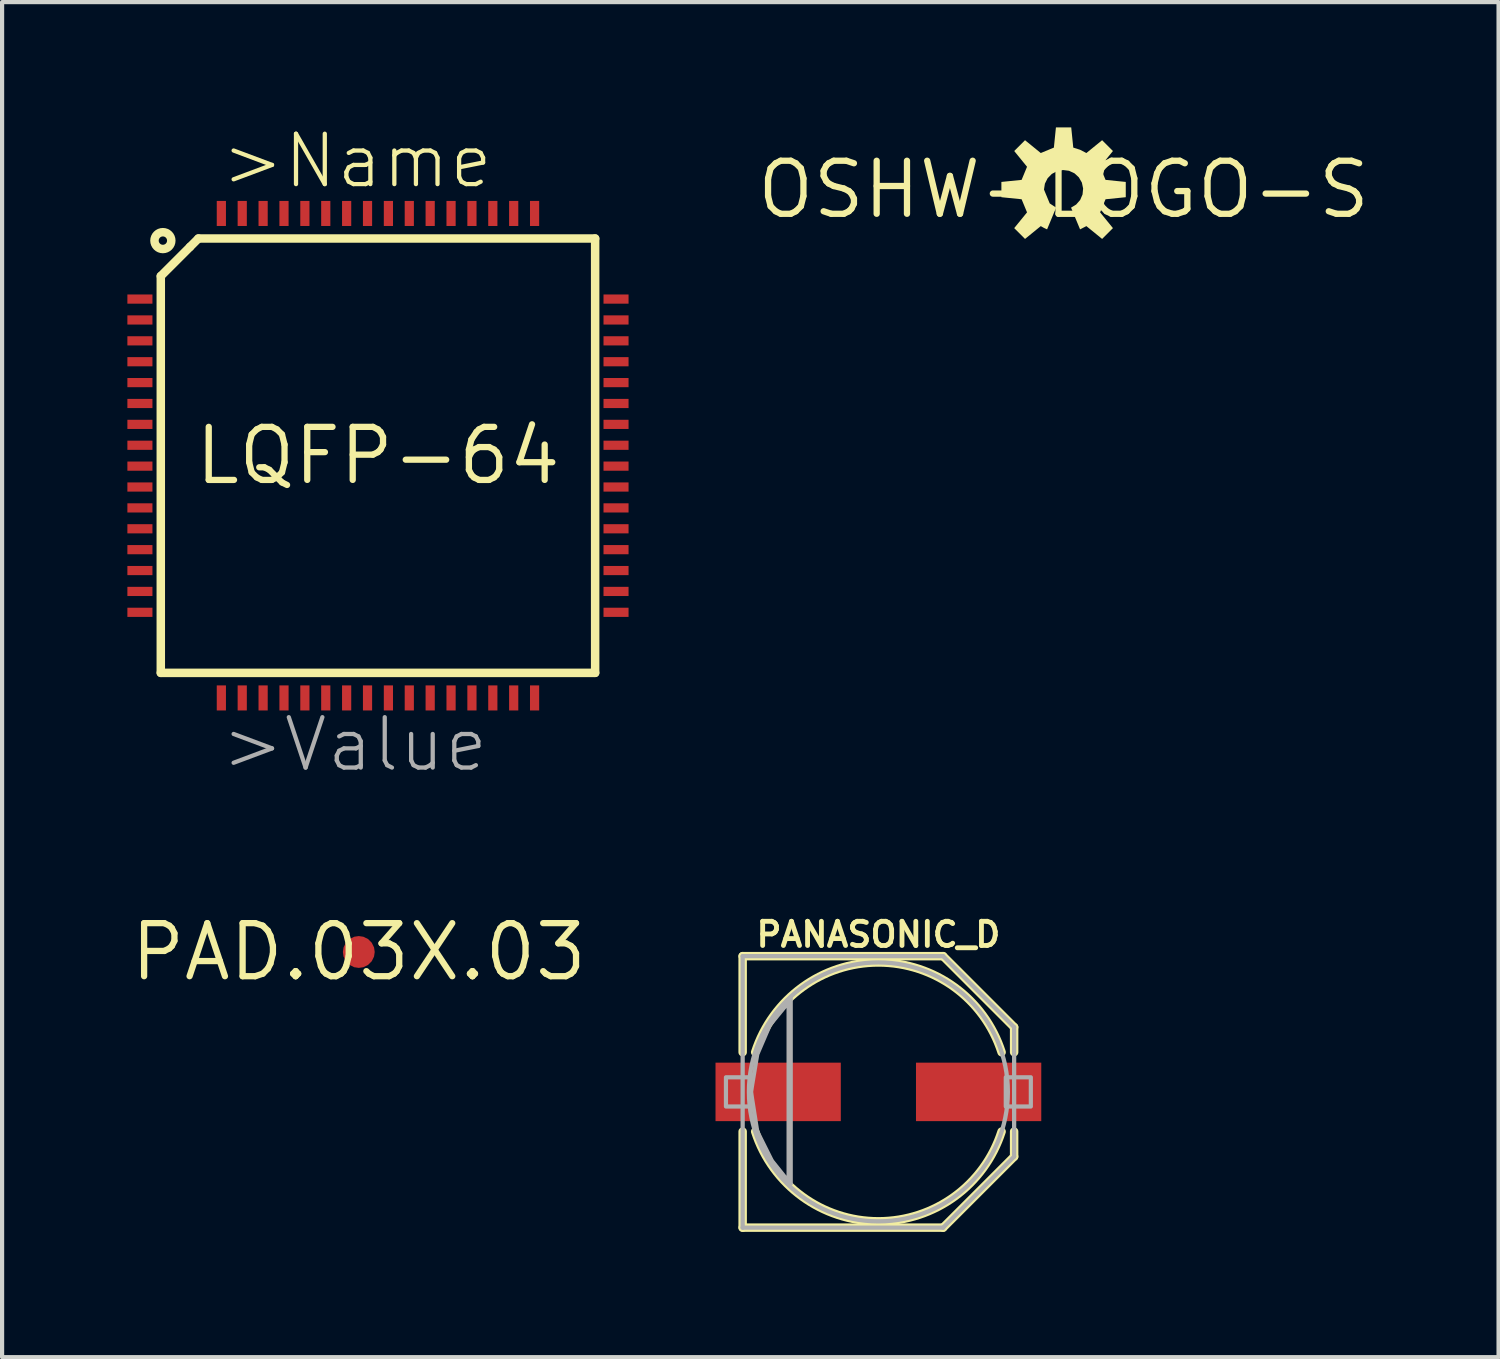
<source format=kicad_pcb>
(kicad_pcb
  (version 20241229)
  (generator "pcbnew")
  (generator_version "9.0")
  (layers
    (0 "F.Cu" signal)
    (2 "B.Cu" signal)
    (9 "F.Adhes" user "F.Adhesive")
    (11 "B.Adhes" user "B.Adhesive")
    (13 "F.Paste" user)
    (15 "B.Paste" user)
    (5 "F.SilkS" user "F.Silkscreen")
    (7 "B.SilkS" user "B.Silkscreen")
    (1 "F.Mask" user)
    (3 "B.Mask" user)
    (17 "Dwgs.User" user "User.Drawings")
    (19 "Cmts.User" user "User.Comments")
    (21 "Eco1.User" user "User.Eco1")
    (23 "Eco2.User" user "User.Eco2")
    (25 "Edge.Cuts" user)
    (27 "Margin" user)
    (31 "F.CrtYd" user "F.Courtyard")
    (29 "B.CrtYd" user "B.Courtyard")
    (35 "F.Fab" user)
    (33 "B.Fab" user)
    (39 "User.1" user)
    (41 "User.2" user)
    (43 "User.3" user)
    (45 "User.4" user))
  (footprint "PANASONIC_D"
    (layer "F.Cu")
    (at 17.982 23.094)
    (property "Reference" "PANASONIC_D" (at 0 -3.429 0) (layer "F.SilkS") (effects (font (size 0.579 0.579) (thickness 0.116)) (justify bottom)))
    (attr through_hole)
    (fp_line (start -3.25 -3.25) (end 1.55 -3.25) (stroke (width 0.203) (type solid)) (layer "F.SilkS"))
    (fp_line (start -3.25 -0.95) (end -3.25 -3.25) (stroke (width 0.203) (type solid)) (layer "F.SilkS"))
    (fp_line (start -3.25 3.25) (end -3.25 0.95) (stroke (width 0.203) (type solid)) (layer "F.SilkS"))
    (fp_line (start 1.55 -3.25) (end 3.25 -1.55) (stroke (width 0.203) (type solid)) (layer "F.SilkS"))
    (fp_line (start 1.55 3.25) (end -3.25 3.25) (stroke (width 0.203) (type solid)) (layer "F.SilkS"))
    (fp_line (start 3.25 -1.55) (end 3.25 -0.95) (stroke (width 0.203) (type solid)) (layer "F.SilkS"))
    (fp_line (start 3.25 0.95) (end 3.25 1.55) (stroke (width 0.203) (type solid)) (layer "F.SilkS"))
    (fp_line (start 3.25 1.55) (end 1.55 3.25) (stroke (width 0.203) (type solid)) (layer "F.SilkS"))
    (fp_arc (start -2.95 -0.95) (mid 0 -3.099193) (end 2.95 -0.95) (stroke (width 0.2032) (type solid)) (layer "F.SilkS"))
    (fp_arc (start 2.95 0.95) (mid 0 3.099193) (end -2.95 0.95) (stroke (width 0.2032) (type solid)) (layer "F.SilkS"))
    (fp_line (start -3.25 -3.25) (end 1.55 -3.25) (stroke (width 0.102) (type solid)) (layer "F.Fab"))
    (fp_line (start -3.25 3.25) (end -3.25 -3.25) (stroke (width 0.102) (type solid)) (layer "F.Fab"))
    (fp_line (start -2.1 -2.25) (end -2.1 2.2) (stroke (width 0.102) (type solid)) (layer "F.Fab"))
    (fp_line (start 1.55 -3.25) (end 3.25 -1.55) (stroke (width 0.102) (type solid)) (layer "F.Fab"))
    (fp_line (start 1.55 3.25) (end -3.25 3.25) (stroke (width 0.102) (type solid)) (layer "F.Fab"))
    (fp_line (start 3.25 -1.55) (end 3.25 1.55) (stroke (width 0.102) (type solid)) (layer "F.Fab"))
    (fp_line (start 3.25 1.55) (end 1.55 3.25) (stroke (width 0.102) (type solid)) (layer "F.Fab"))
    (fp_circle (center 0 0) (end 3.1 0) (stroke (width 0.102) (type solid)) (fill no) (layer "F.Fab"))
    (fp_poly (pts (xy -3.65 0.35) (xy -3.05 0.35) (xy -3.05 -0.35) (xy -3.65 -0.35)) (stroke (width 0.1) (type solid)) (fill no) (layer "F.Fab"))
    (fp_poly (pts (xy 3.05 0.35) (xy 3.65 0.35) (xy 3.65 -0.35) (xy 3.05 -0.35)) (stroke (width 0.1) (type solid)) (fill no) (layer "F.Fab"))
    (fp_poly (pts (xy -2.15 -2.15) (xy -2.6 -1.6) (xy -2.9 -0.9) (xy -3.05 0) (xy -2.9 0.95) (xy -2.55 1.65) (xy -2.15 2.15) (xy -2.15 -2.1)) (stroke (width 0.1) (type solid)) (fill no) (layer "F.Fab"))
    (pad "+" smd rect (at 2.4 0) (size 3 1.4) (layers "F.Cu" "F.Mask" "F.Paste"))
    (pad "-" smd rect (at -2.4 0) (size 3 1.4) (layers "F.Cu" "F.Mask" "F.Paste")))
  (footprint "PAD.03X.03"
    (layer "F.Cu")
    (at 5.541 19.744)
    (property "Reference" "PAD.03X.03" (at 0 0 0) (layer "F.SilkS") (effects (font (size 1.27 1.27) (thickness 0.15))))
    (attr through_hole)
    (pad "P$1" smd roundrect (at 0 0) (size 0.762 0.762) (layers "F.Cu" "F.Mask") (roundrect_rratio 0.5)))
  (footprint "LQFP-64"
    (layer "F.Cu")
    (at 6 7.861)
    (property "Reference" "LQFP-64" (at 0 0 0) (layer "F.SilkS") (effects (font (size 1.27 1.27) (thickness 0.15))))
    (attr through_hole)
    (fp_line (start -5.2 -4.3) (end -4.5 -5) (stroke (width 0.203) (type solid)) (layer "F.SilkS"))
    (fp_line (start -5.2 5.2) (end -5.2 -4.3) (stroke (width 0.203) (type solid)) (layer "F.SilkS"))
    (fp_line (start -4.5 -5) (end -4.3 -5.2) (stroke (width 0.203) (type solid)) (layer "F.SilkS"))
    (fp_line (start -4.3 -5.2) (end 5.2 -5.2) (stroke (width 0.203) (type solid)) (layer "F.SilkS"))
    (fp_line (start 5.2 -5.2) (end 5.2 5.2) (stroke (width 0.203) (type solid)) (layer "F.SilkS"))
    (fp_line (start 5.2 5.2) (end -5.2 5.2) (stroke (width 0.203) (type solid)) (layer "F.SilkS"))
    (fp_circle (center -5.15 -5.15) (end -5.05 -5.15) (stroke (width 0.203) (type solid)) (fill no) (layer "F.SilkS"))
    (fp_text user ">Name" (at -3.81 -6.35 0) (layer "F.SilkS") (effects (font (size 1.206 1.206) (thickness 0.102)) (justify left bottom)))
    (fp_text user ">Value" (at -3.81 7.62 0) (layer "F.Fab") (effects (font (size 1.206 1.206) (thickness 0.102)) (justify left bottom)))
    (pad "1" smd rect (at -5.7 -3.75 90) (size 0.22 0.6) (layers "F.Cu" "F.Mask" "F.Paste"))
    (pad "2" smd rect (at -5.7 -3.25 90) (size 0.22 0.6) (layers "F.Cu" "F.Mask" "F.Paste"))
    (pad "3" smd rect (at -5.7 -2.75 90) (size 0.22 0.6) (layers "F.Cu" "F.Mask" "F.Paste"))
    (pad "4" smd rect (at -5.7 -2.25 90) (size 0.22 0.6) (layers "F.Cu" "F.Mask" "F.Paste"))
    (pad "5" smd rect (at -5.7 -1.75 90) (size 0.22 0.6) (layers "F.Cu" "F.Mask" "F.Paste"))
    (pad "6" smd rect (at -5.7 -1.25 90) (size 0.22 0.6) (layers "F.Cu" "F.Mask" "F.Paste"))
    (pad "7" smd rect (at -5.7 -0.75 90) (size 0.22 0.6) (layers "F.Cu" "F.Mask" "F.Paste"))
    (pad "8" smd rect (at -5.7 -0.25 90) (size 0.22 0.6) (layers "F.Cu" "F.Mask" "F.Paste"))
    (pad "9" smd rect (at -5.7 0.25 90) (size 0.22 0.6) (layers "F.Cu" "F.Mask" "F.Paste"))
    (pad "10" smd rect (at -5.7 0.75 90) (size 0.22 0.6) (layers "F.Cu" "F.Mask" "F.Paste"))
    (pad "11" smd rect (at -5.7 1.25 90) (size 0.22 0.6) (layers "F.Cu" "F.Mask" "F.Paste"))
    (pad "12" smd rect (at -5.7 1.75 90) (size 0.22 0.6) (layers "F.Cu" "F.Mask" "F.Paste"))
    (pad "13" smd rect (at -5.7 2.25 90) (size 0.22 0.6) (layers "F.Cu" "F.Mask" "F.Paste"))
    (pad "14" smd rect (at -5.7 2.75 90) (size 0.22 0.6) (layers "F.Cu" "F.Mask" "F.Paste"))
    (pad "15" smd rect (at -5.7 3.25 90) (size 0.22 0.6) (layers "F.Cu" "F.Mask" "F.Paste"))
    (pad "16" smd rect (at -5.7 3.75 90) (size 0.22 0.6) (layers "F.Cu" "F.Mask" "F.Paste"))
    (pad "17" smd rect (at -3.75 5.8) (size 0.22 0.6) (layers "F.Cu" "F.Mask" "F.Paste"))
    (pad "18" smd rect (at -3.25 5.8) (size 0.22 0.6) (layers "F.Cu" "F.Mask" "F.Paste"))
    (pad "19" smd rect (at -2.75 5.8) (size 0.22 0.6) (layers "F.Cu" "F.Mask" "F.Paste"))
    (pad "20" smd rect (at -2.25 5.8) (size 0.22 0.6) (layers "F.Cu" "F.Mask" "F.Paste"))
    (pad "21" smd rect (at -1.75 5.8) (size 0.22 0.6) (layers "F.Cu" "F.Mask" "F.Paste"))
    (pad "22" smd rect (at -1.25 5.8) (size 0.22 0.6) (layers "F.Cu" "F.Mask" "F.Paste"))
    (pad "23" smd rect (at -0.75 5.8) (size 0.22 0.6) (layers "F.Cu" "F.Mask" "F.Paste"))
    (pad "24" smd rect (at -0.25 5.8) (size 0.22 0.6) (layers "F.Cu" "F.Mask" "F.Paste"))
    (pad "25" smd rect (at 0.25 5.8) (size 0.22 0.6) (layers "F.Cu" "F.Mask" "F.Paste"))
    (pad "26" smd rect (at 0.75 5.8) (size 0.22 0.6) (layers "F.Cu" "F.Mask" "F.Paste"))
    (pad "27" smd rect (at 1.25 5.8) (size 0.22 0.6) (layers "F.Cu" "F.Mask" "F.Paste"))
    (pad "28" smd rect (at 1.75 5.8) (size 0.22 0.6) (layers "F.Cu" "F.Mask" "F.Paste"))
    (pad "29" smd rect (at 2.25 5.8) (size 0.22 0.6) (layers "F.Cu" "F.Mask" "F.Paste"))
    (pad "30" smd rect (at 2.75 5.8) (size 0.22 0.6) (layers "F.Cu" "F.Mask" "F.Paste"))
    (pad "31" smd rect (at 3.25 5.8) (size 0.22 0.6) (layers "F.Cu" "F.Mask" "F.Paste"))
    (pad "32" smd rect (at 3.75 5.8) (size 0.22 0.6) (layers "F.Cu" "F.Mask" "F.Paste"))
    (pad "33" smd rect (at 5.7 3.75 270) (size 0.22 0.6) (layers "F.Cu" "F.Mask" "F.Paste"))
    (pad "34" smd rect (at 5.7 3.25 270) (size 0.22 0.6) (layers "F.Cu" "F.Mask" "F.Paste"))
    (pad "35" smd rect (at 5.7 2.75 270) (size 0.22 0.6) (layers "F.Cu" "F.Mask" "F.Paste"))
    (pad "36" smd rect (at 5.7 2.25 270) (size 0.22 0.6) (layers "F.Cu" "F.Mask" "F.Paste"))
    (pad "37" smd rect (at 5.7 1.75 270) (size 0.22 0.6) (layers "F.Cu" "F.Mask" "F.Paste"))
    (pad "38" smd rect (at 5.7 1.25 270) (size 0.22 0.6) (layers "F.Cu" "F.Mask" "F.Paste"))
    (pad "39" smd rect (at 5.7 0.75 270) (size 0.22 0.6) (layers "F.Cu" "F.Mask" "F.Paste"))
    (pad "40" smd rect (at 5.7 0.25 270) (size 0.22 0.6) (layers "F.Cu" "F.Mask" "F.Paste"))
    (pad "41" smd rect (at 5.7 -0.25 270) (size 0.22 0.6) (layers "F.Cu" "F.Mask" "F.Paste"))
    (pad "42" smd rect (at 5.7 -0.75 270) (size 0.22 0.6) (layers "F.Cu" "F.Mask" "F.Paste"))
    (pad "43" smd rect (at 5.7 -1.25 270) (size 0.22 0.6) (layers "F.Cu" "F.Mask" "F.Paste"))
    (pad "44" smd rect (at 5.7 -1.75 270) (size 0.22 0.6) (layers "F.Cu" "F.Mask" "F.Paste"))
    (pad "45" smd rect (at 5.7 -2.25 270) (size 0.22 0.6) (layers "F.Cu" "F.Mask" "F.Paste"))
    (pad "46" smd rect (at 5.7 -2.75 270) (size 0.22 0.6) (layers "F.Cu" "F.Mask" "F.Paste"))
    (pad "47" smd rect (at 5.7 -3.25 270) (size 0.22 0.6) (layers "F.Cu" "F.Mask" "F.Paste"))
    (pad "48" smd rect (at 5.7 -3.75 270) (size 0.22 0.6) (layers "F.Cu" "F.Mask" "F.Paste"))
    (pad "49" smd rect (at 3.75 -5.8 180) (size 0.22 0.6) (layers "F.Cu" "F.Mask" "F.Paste"))
    (pad "50" smd rect (at 3.25 -5.8 180) (size 0.22 0.6) (layers "F.Cu" "F.Mask" "F.Paste"))
    (pad "51" smd rect (at 2.75 -5.8 180) (size 0.22 0.6) (layers "F.Cu" "F.Mask" "F.Paste"))
    (pad "52" smd rect (at 2.25 -5.8 180) (size 0.22 0.6) (layers "F.Cu" "F.Mask" "F.Paste"))
    (pad "53" smd rect (at 1.75 -5.8 180) (size 0.22 0.6) (layers "F.Cu" "F.Mask" "F.Paste"))
    (pad "54" smd rect (at 1.25 -5.8 180) (size 0.22 0.6) (layers "F.Cu" "F.Mask" "F.Paste"))
    (pad "55" smd rect (at 0.75 -5.8 180) (size 0.22 0.6) (layers "F.Cu" "F.Mask" "F.Paste"))
    (pad "56" smd rect (at 0.25 -5.8 180) (size 0.22 0.6) (layers "F.Cu" "F.Mask" "F.Paste"))
    (pad "57" smd rect (at -0.25 -5.8 180) (size 0.22 0.6) (layers "F.Cu" "F.Mask" "F.Paste"))
    (pad "58" smd rect (at -0.75 -5.8 180) (size 0.22 0.6) (layers "F.Cu" "F.Mask" "F.Paste"))
    (pad "59" smd rect (at -1.25 -5.8 180) (size 0.22 0.6) (layers "F.Cu" "F.Mask" "F.Paste"))
    (pad "60" smd rect (at -1.75 -5.8 180) (size 0.22 0.6) (layers "F.Cu" "F.Mask" "F.Paste"))
    (pad "61" smd rect (at -2.25 -5.8 180) (size 0.22 0.6) (layers "F.Cu" "F.Mask" "F.Paste"))
    (pad "62" smd rect (at -2.75 -5.8 180) (size 0.22 0.6) (layers "F.Cu" "F.Mask" "F.Paste"))
    (pad "63" smd rect (at -3.25 -5.8 180) (size 0.22 0.6) (layers "F.Cu" "F.Mask" "F.Paste"))
    (pad "64" smd rect (at -3.75 -5.8 180) (size 0.22 0.6) (layers "F.Cu" "F.Mask" "F.Paste")))
  (footprint "OSHW-LOGO-S"
    (layer "F.Cu")
    (at 22.416 1.489)
    (property "Reference" "OSHW-LOGO-S" (at 0 0 0) (layer "F.SilkS") (effects (font (size 1.27 1.27) (thickness 0.15))))
    (attr through_hole)
    (fp_poly (pts (xy 0.395 0.953) (xy 0.546 0.875) (xy 0.923 1.182) (xy 1.182 0.923) (xy 0.875 0.546) (xy 1.005 0.232) (xy 1.489 0.183) (xy 1.489 -0.183) (xy 1.005 -0.232) (xy 0.875 -0.546) (xy 1.182 -0.923) (xy 0.923 -1.182) (xy 0.546 -0.875) (xy 0.395 -0.953) (xy 0.232 -1.005) (xy 0.183 -1.489) (xy -0.183 -1.489) (xy -0.232 -1.005) (xy -0.546 -0.875) (xy -0.923 -1.182) (xy -1.182 -0.923) (xy -0.875 -0.546) (xy -1.005 -0.232) (xy -1.489 -0.183) (xy -1.489 0.183) (xy -1.005 0.232) (xy -0.875 0.546) (xy -1.182 0.923) (xy -0.923 1.182) (xy -0.546 0.875) (xy -0.472 0.917) (xy -0.395 0.953) (xy -0.179 0.433) (xy -0.179 0.433) (xy -0.332 0.331) (xy -0.469 0) (xy -0.447 -0.142) (xy -0.382 -0.271) (xy -0.282 -0.374) (xy -0.155 -0.442) (xy -0.013 -0.468) (xy 0.13 -0.45) (xy 0.26 -0.39) (xy 0.366 -0.292) (xy 0.438 -0.167) (xy 0.468 -0.026) (xy 0.454 0.117) (xy 0.397 0.249) (xy 0.302 0.358) (xy 0.179 0.433)) (stroke (width 0) (type solid)) (fill yes) (layer "F.SilkS")))
  (gr_rect
    (start -3 -3)
    (end 32.831 29.445)
    (stroke (width 0.1) (type default))
    (fill no)
    (layer "Edge.Cuts")))
</source>
